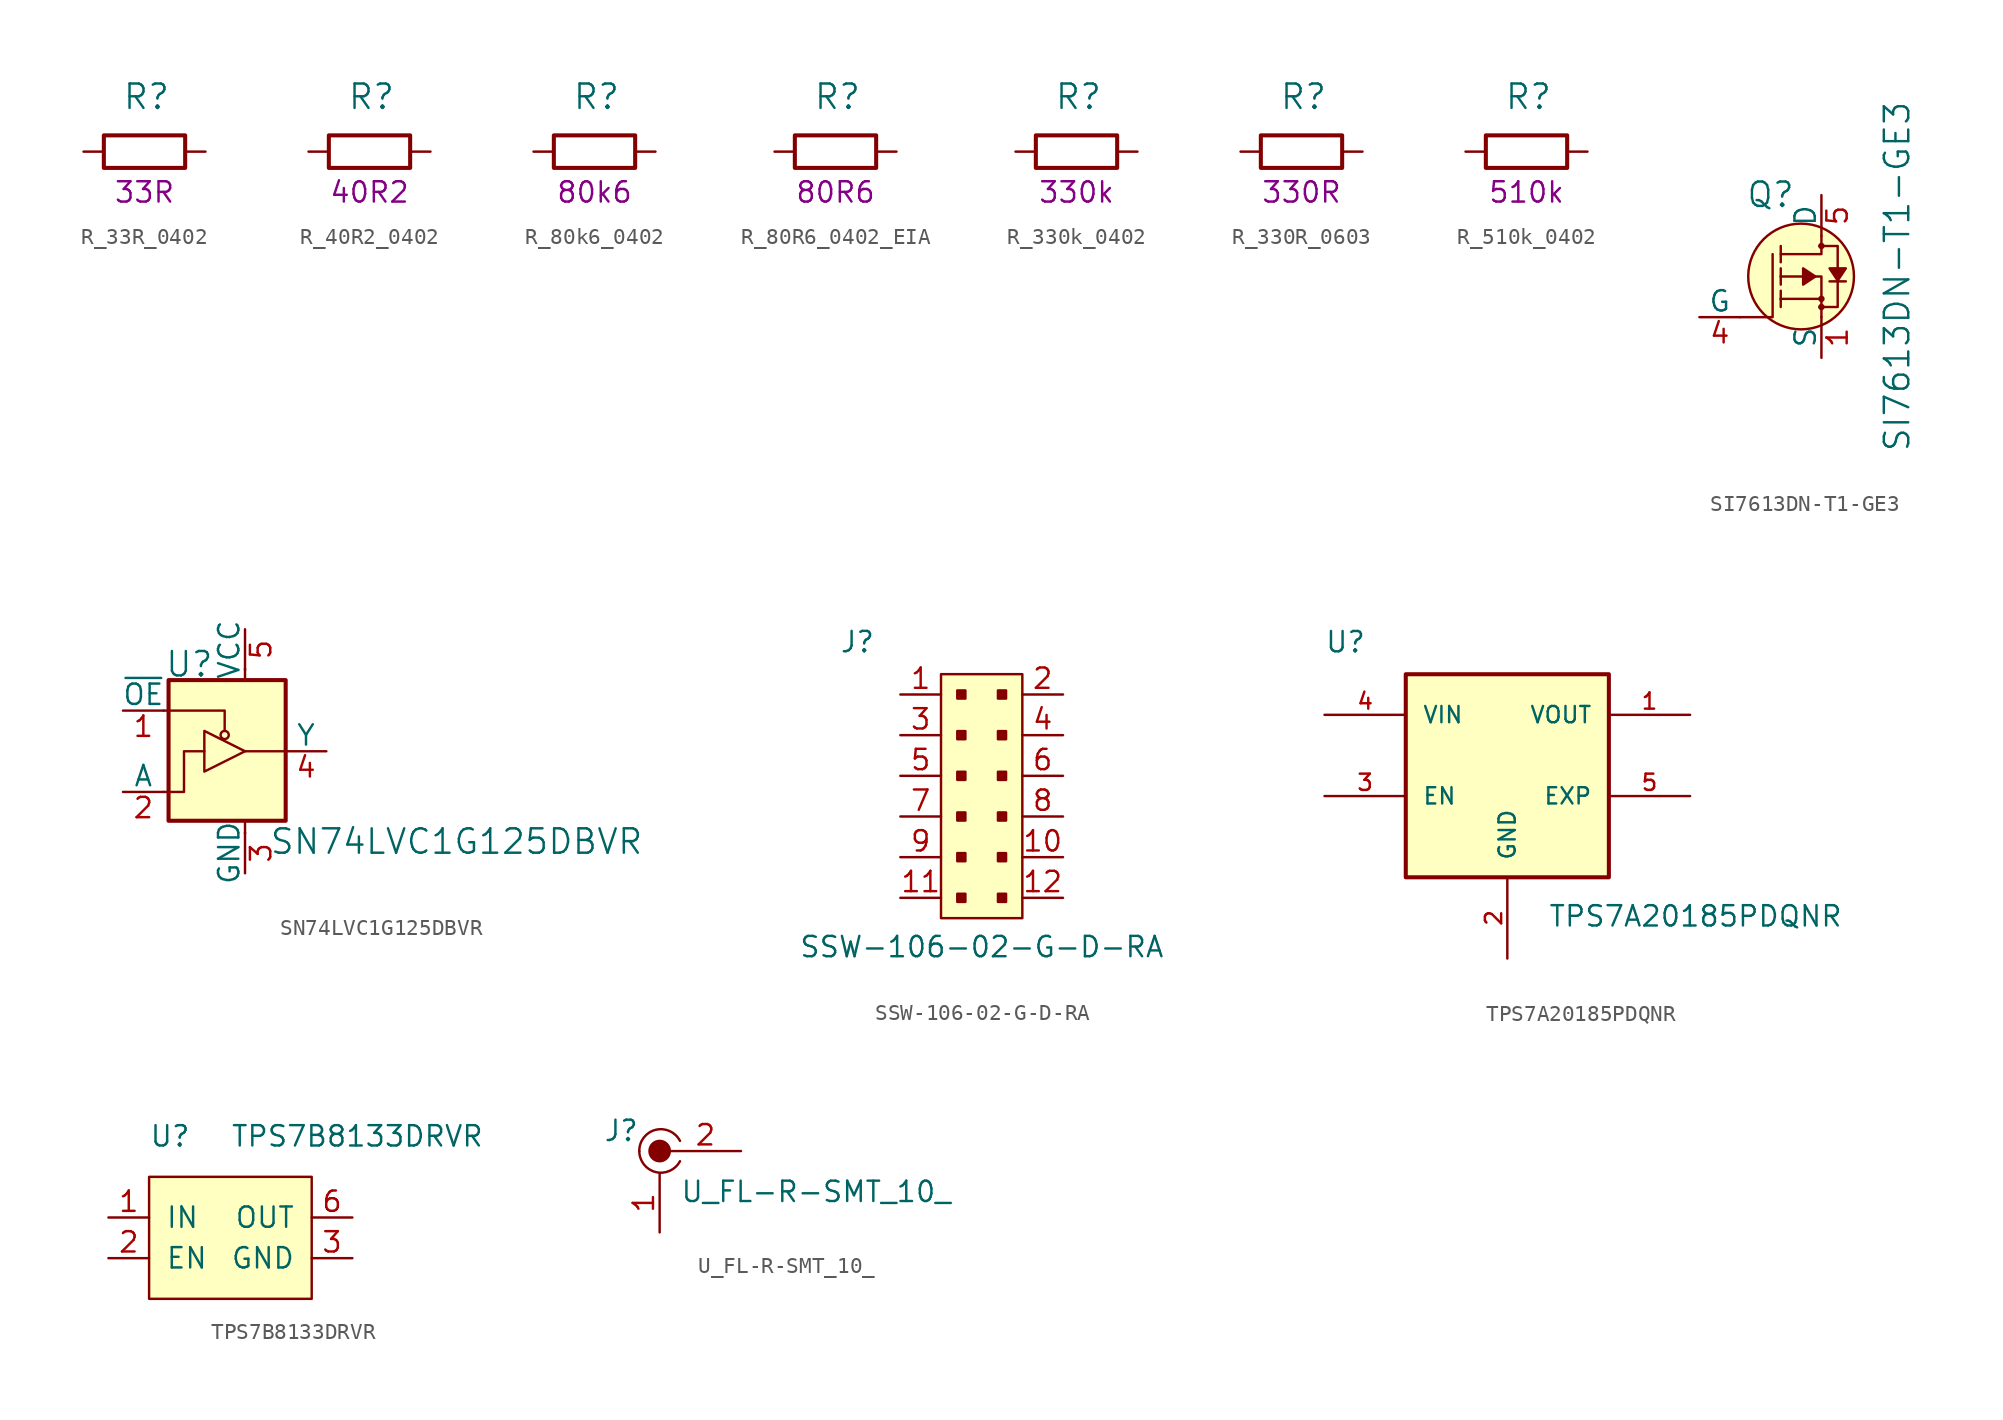
<source format=kicad_sym>
(kicad_symbol_lib
  (version 20211014)
  (generator kicad_symbol_editor)
  (symbol "R_33R_0402"
    (pin_names
      (offset 0))
    (property "Reference" "R"
      (at -1.397 3.429 0)
      (effects (font (size 1.524 1.524)) (justify left)))
    (property "Val" "33R"
      (at 0 -2.54 0)
      (effects (font (size 1.27 1.27))))
    (symbol "R_33R_0402_1_1"
      (rectangle (start 2.54 -1.016) (end -2.54 1.016) (stroke (width 0.254) (type default) (color 0 0 0 0)) (fill (type none)))
      (pin passive line (at -3.81 0 0) (length 1.27) (name "~" (effects (font (size 0 0)))) (number "1" (effects (font (size 0 0)))))
      (pin passive line (at 3.81 0 180) (length 1.27) (name "~" (effects (font (size 0 0)))) (number "2" (effects (font (size 0 0)))))))
  (symbol "R_40R2_0402"
    (pin_names
      (offset 0))
    (property "Reference" "R"
      (at -1.397 3.429 0)
      (effects (font (size 1.524 1.524)) (justify left)))
    (property "Val" "40R2"
      (at 0 -2.54 0)
      (effects (font (size 1.27 1.27))))
    (symbol "R_40R2_0402_1_1"
      (rectangle (start 2.54 -1.016) (end -2.54 1.016) (stroke (width 0.254) (type default) (color 0 0 0 0)) (fill (type none)))
      (pin passive line (at -3.81 0 0) (length 1.27) (name "~" (effects (font (size 0 0)))) (number "1" (effects (font (size 0 0)))))
      (pin passive line (at 3.81 0 180) (length 1.27) (name "~" (effects (font (size 0 0)))) (number "2" (effects (font (size 0 0)))))))
  (symbol "R_80k6_0402"
    (pin_names
      (offset 0))
    (property "Reference" "R"
      (at -1.397 3.429 0)
      (effects (font (size 1.524 1.524)) (justify left)))
    (property "Val" "80k6"
      (at 0 -2.54 0)
      (effects (font (size 1.27 1.27))))
    (symbol "R_80k6_0402_1_1"
      (rectangle (start 2.54 -1.016) (end -2.54 1.016) (stroke (width 0.254) (type default) (color 0 0 0 0)) (fill (type none)))
      (pin passive line (at -3.81 0 0) (length 1.27) (name "~" (effects (font (size 0 0)))) (number "1" (effects (font (size 0 0)))))
      (pin passive line (at 3.81 0 180) (length 1.27) (name "~" (effects (font (size 0 0)))) (number "2" (effects (font (size 0 0)))))))
  (symbol "R_80R6_0402_EIA"
    (pin_names
      (offset 0))
    (property "Reference" "R"
      (at -1.397 3.429 0)
      (effects (font (size 1.524 1.524)) (justify left)))
    (property "Val" "80R6"
      (at 0 -2.54 0)
      (effects (font (size 1.27 1.27))))
    (symbol "R_80R6_0402_EIA_1_1"
      (rectangle (start 2.54 -1.016) (end -2.54 1.016) (stroke (width 0.254) (type default) (color 0 0 0 0)) (fill (type none)))
      (pin passive line (at -3.81 0 0) (length 1.27) (name "~" (effects (font (size 0 0)))) (number "1" (effects (font (size 0 0)))))
      (pin passive line (at 3.81 0 180) (length 1.27) (name "~" (effects (font (size 0 0)))) (number "2" (effects (font (size 0 0)))))))
  (symbol "R_330k_0402"
    (pin_names
      (offset 0))
    (property "Reference" "R"
      (at -1.397 3.429 0)
      (effects (font (size 1.524 1.524)) (justify left)))
    (property "Val" "330k"
      (at 0 -2.54 0)
      (effects (font (size 1.27 1.27))))
    (symbol "R_330k_0402_1_1"
      (rectangle (start 2.54 -1.016) (end -2.54 1.016) (stroke (width 0.254) (type default) (color 0 0 0 0)) (fill (type none)))
      (pin passive line (at -3.81 0 0) (length 1.27) (name "~" (effects (font (size 0 0)))) (number "1" (effects (font (size 0 0)))))
      (pin passive line (at 3.81 0 180) (length 1.27) (name "~" (effects (font (size 0 0)))) (number "2" (effects (font (size 0 0)))))))
  (symbol "R_330R_0603"
    (pin_names
      (offset 0))
    (property "Reference" "R"
      (at -1.397 3.429 0)
      (effects (font (size 1.524 1.524)) (justify left)))
    (property "Val" "330R"
      (at 0 -2.54 0)
      (effects (font (size 1.27 1.27))))
    (symbol "R_330R_0603_1_1"
      (rectangle (start 2.54 -1.016) (end -2.54 1.016) (stroke (width 0.254) (type default) (color 0 0 0 0)) (fill (type none)))
      (pin passive line (at -3.81 0 0) (length 1.27) (name "~" (effects (font (size 0 0)))) (number "1" (effects (font (size 0 0)))))
      (pin passive line (at 3.81 0 180) (length 1.27) (name "~" (effects (font (size 0 0)))) (number "2" (effects (font (size 0 0)))))))
  (symbol "R_510k_0402"
    (pin_names
      (offset 0))
    (property "Reference" "R"
      (at -1.397 3.429 0)
      (effects (font (size 1.524 1.524)) (justify left)))
    (property "Val" "510k"
      (at 0 -2.54 0)
      (effects (font (size 1.27 1.27))))
    (symbol "R_510k_0402_1_1"
      (rectangle (start 2.54 -1.016) (end -2.54 1.016) (stroke (width 0.254) (type default) (color 0 0 0 0)) (fill (type none)))
      (pin passive line (at -3.81 0 0) (length 1.27) (name "~" (effects (font (size 0 0)))) (number "1" (effects (font (size 0 0)))))
      (pin passive line (at 3.81 0 180) (length 1.27) (name "~" (effects (font (size 0 0)))) (number "2" (effects (font (size 0 0)))))))
  (symbol "SI7613DN-T1-GE3"
    (pin_names
      (offset 0))
    (property "Reference" "Q"
      (at -1.626 5.105 0)
      (effects (font (size 1.524 1.524)) (justify right)))
    (property "Value" "SI7613DN-T1-GE3"
      (at 4.724 0 90)
      (effects (font (size 1.524 1.524))))
    (symbol "SI7613DN-T1-GE3_1_1"
      (circle (center -1.27 0) (radius 3.302) (stroke (width 0) (type default) (color 0 0 0 0)) (fill (type background)))
      (circle (center 0 -1.905) (radius 0.127) (stroke (width 0) (type default) (color 0 0 0 0)) (fill (type none)))
      (circle (center 0 -1.397) (radius 0.127) (stroke (width 0) (type default) (color 0 0 0 0)) (fill (type none)))
      (polyline (pts (xy -2.54 -1.397) (xy -2.54 -1.905)) (stroke (width 0) (type default) (color 0 0 0 0)) (fill (type none)))
      (polyline (pts (xy -2.54 -1.397) (xy -2.54 -0.889)) (stroke (width 0) (type default) (color 0 0 0 0)) (fill (type none)))
      (polyline (pts (xy -2.54 0) (xy -2.54 -0.508)) (stroke (width 0) (type default) (color 0 0 0 0)) (fill (type none)))
      (polyline (pts (xy -2.54 0) (xy -2.54 0.508)) (stroke (width 0) (type default) (color 0 0 0 0)) (fill (type none)))
      (polyline (pts (xy -2.54 1.905) (xy -2.54 0.889)) (stroke (width 0) (type default) (color 0 0 0 0)) (fill (type none)))
      (polyline (pts (xy 0 -1.397) (xy -2.54 -1.397)) (stroke (width 0) (type default) (color 0 0 0 0)) (fill (type none)))
      (polyline (pts (xy 1.524 -0.305) (xy 0.508 -0.305)) (stroke (width 0) (type default) (color 0 0 0 0)) (fill (type none)))
      (polyline (pts (xy -5.08 -2.54) (xy -3.048 -2.54) (xy -3.048 1.397)) (stroke (width 0) (type default) (color 0 0 0 0)) (fill (type none)))
      (polyline (pts (xy 0 -2.54) (xy 0 0) (xy -2.54 0)) (stroke (width 0) (type default) (color 0 0 0 0)) (fill (type none)))
      (polyline (pts (xy 0 2.54) (xy 0 1.397) (xy -2.54 1.397)) (stroke (width 0) (type default) (color 0 0 0 0)) (fill (type none)))
      (polyline (pts (xy -0.381 0) (xy -1.143 0.508) (xy -1.143 -0.508) (xy -0.381 0)) (stroke (width 0) (type default) (color 0 0 0 0)) (fill (type outline)))
      (polyline (pts (xy 1.016 -0.254) (xy 0.508 0.508) (xy 1.524 0.508) (xy 1.016 -0.254)) (stroke (width 0) (type default) (color 0 0 0 0)) (fill (type outline)))
      (polyline (pts (xy -0.127 -1.905) (xy 1.016 -1.905) (xy 1.016 1.397) (xy 1.016 1.905) (xy -0.127 1.905)) (stroke (width 0) (type default) (color 0 0 0 0)) (fill (type none)))
      (circle (center 0 1.905) (radius 0.127) (stroke (width 0) (type default) (color 0 0 0 0)) (fill (type none)))
      (pin bidirectional line (at 0 -5.08 90) (length 2.54) (name "S" (effects (font (size 1.27 1.27)))) (number "1" (effects (font (size 1.27 1.27)))))
      (pin bidirectional line (at 0 -5.08 90) (length 2.54) hide (name "S" (effects (font (size 1.27 1.27)))) (number "2" (effects (font (size 1.27 1.27)))))
      (pin bidirectional line (at 0 -5.08 90) (length 2.54) hide (name "S" (effects (font (size 1.27 1.27)))) (number "3" (effects (font (size 1.27 1.27)))))
      (pin bidirectional line (at -7.62 -2.54 0) (length 2.54) (name "G" (effects (font (size 1.27 1.27)))) (number "4" (effects (font (size 1.27 1.27)))))
      (pin bidirectional line (at 0 5.08 270) (length 2.54) (name "D" (effects (font (size 1.27 1.27)))) (number "5" (effects (font (size 1.27 1.27)))))))
  (symbol "SN74LVC1G125DBVR"
    (pin_names
      (offset 0))
    (property "Reference" "U"
      (at -5.029 5.436 0)
      (effects (font (size 1.524 1.524)) (justify left)))
    (property "Value" "SN74LVC1G125DBVR"
      (at 1.499 -5.639 0)
      (effects (font (size 1.524 1.524)) (justify left)))
    (symbol "SN74LVC1G125DBVR_0_1"
      (rectangle (start -4.775 4.445) (end 2.54 -4.343) (stroke (width 0.254) (type default) (color 0 0 0 0)) (fill (type background)))
      (circle (center -1.27 1.016) (radius 0.254) (stroke (width 0) (type default) (color 0 0 0 0)) (fill (type none)))
      (polyline (pts (xy 0 -5.131) (xy 0 -4.369)) (stroke (width 0) (type default) (color 0 0 0 0)) (fill (type none)))
      (polyline (pts (xy 0 0) (xy 2.54 0)) (stroke (width 0) (type default) (color 0 0 0 0)) (fill (type none)))
      (polyline (pts (xy 0 5.156) (xy 0 4.47)) (stroke (width 0) (type default) (color 0 0 0 0)) (fill (type none)))
      (polyline (pts (xy -1.27 1.27) (xy -1.27 2.54) (xy -5.08 2.54)) (stroke (width 0) (type default) (color 0 0 0 0)) (fill (type none)))
      (polyline (pts (xy -5.08 -2.54) (xy -3.81 -2.54) (xy -3.81 0) (xy -2.54 0)) (stroke (width 0) (type default) (color 0 0 0 0)) (fill (type none)))
      (polyline (pts (xy -2.54 1.27) (xy -2.54 -1.27) (xy 0 0) (xy -2.54 1.27)) (stroke (width 0) (type default) (color 0 0 0 0)) (fill (type none))))
    (symbol "SN74LVC1G125DBVR_1_1"
      (pin input line (at -7.62 2.54 0) (length 2.54) (name "~{OE}" (effects (font (size 1.27 1.27)))) (number "1" (effects (font (size 1.27 1.27)))))
      (pin input line (at -7.62 -2.54 0) (length 2.54) (name "A" (effects (font (size 1.27 1.27)))) (number "2" (effects (font (size 1.27 1.27)))))
      (pin power_in line (at 0 -7.62 90) (length 2.54) (name "GND" (effects (font (size 1.27 1.27)))) (number "3" (effects (font (size 1.27 1.27)))))
      (pin output line (at 5.08 0 180) (length 2.54) (name "Y" (effects (font (size 1.27 1.27)))) (number "4" (effects (font (size 1.27 1.27)))))
      (pin power_in line (at 0 7.62 270) (length 2.54) (name "VCC" (effects (font (size 1.27 1.27)))) (number "5" (effects (font (size 1.27 1.27)))))))
  (symbol "SSW-106-02-G-D-RA"
    (pin_names
      (offset 1.016))
    (property "Reference" "J"
      (at -8.89 8.89 0)
      (effects (font (size 1.27 1.27)) (justify left bottom)))
    (property "Value" "SSW-106-02-G-D-RA"
      (at -11.43 -10.16 0)
      (effects (font (size 1.27 1.27)) (justify left bottom)))
    (symbol "SSW-106-02-G-D-RA_1_1"
      (rectangle (start -2.54 7.62) (end 2.54 -7.62) (stroke (width 0) (type default) (color 0 0 0 0)) (fill (type background)))
      (rectangle (start -1.524 -6.096) (end -1.016 -6.604) (stroke (width 0) (type default) (color 0 0 0 0)) (fill (type outline)))
      (rectangle (start -1.524 -3.556) (end -1.016 -4.064) (stroke (width 0) (type default) (color 0 0 0 0)) (fill (type outline)))
      (rectangle (start -1.524 -1.016) (end -1.016 -1.524) (stroke (width 0) (type default) (color 0 0 0 0)) (fill (type outline)))
      (rectangle (start -1.524 1.524) (end -1.016 1.016) (stroke (width 0) (type default) (color 0 0 0 0)) (fill (type outline)))
      (rectangle (start -1.524 4.064) (end -1.016 3.556) (stroke (width 0) (type default) (color 0 0 0 0)) (fill (type outline)))
      (rectangle (start -1.524 6.604) (end -1.016 6.096) (stroke (width 0) (type default) (color 0 0 0 0)) (fill (type outline)))
      (rectangle (start 1.016 -6.096) (end 1.524 -6.604) (stroke (width 0) (type default) (color 0 0 0 0)) (fill (type outline)))
      (rectangle (start 1.016 -3.556) (end 1.524 -4.064) (stroke (width 0) (type default) (color 0 0 0 0)) (fill (type outline)))
      (rectangle (start 1.016 -1.016) (end 1.524 -1.524) (stroke (width 0) (type default) (color 0 0 0 0)) (fill (type outline)))
      (rectangle (start 1.016 1.524) (end 1.524 1.016) (stroke (width 0) (type default) (color 0 0 0 0)) (fill (type outline)))
      (rectangle (start 1.016 4.064) (end 1.524 3.556) (stroke (width 0) (type default) (color 0 0 0 0)) (fill (type outline)))
      (rectangle (start 1.016 6.604) (end 1.524 6.096) (stroke (width 0) (type default) (color 0 0 0 0)) (fill (type outline)))
      (pin passive line (at -5.08 6.35 0) (length 2.54) (name "~" (effects (font (size 1.27 1.27)))) (number "1" (effects (font (size 1.27 1.27)))))
      (pin passive line (at 5.08 -3.81 180) (length 2.54) (name "~" (effects (font (size 1.27 1.27)))) (number "10" (effects (font (size 1.27 1.27)))))
      (pin passive line (at -5.08 -6.35 0) (length 2.54) (name "~" (effects (font (size 1.27 1.27)))) (number "11" (effects (font (size 1.27 1.27)))))
      (pin passive line (at 5.08 -6.35 180) (length 2.54) (name "~" (effects (font (size 1.27 1.27)))) (number "12" (effects (font (size 1.27 1.27)))))
      (pin passive line (at 5.08 6.35 180) (length 2.54) (name "~" (effects (font (size 1.27 1.27)))) (number "2" (effects (font (size 1.27 1.27)))))
      (pin passive line (at -5.08 3.81 0) (length 2.54) (name "~" (effects (font (size 1.27 1.27)))) (number "3" (effects (font (size 1.27 1.27)))))
      (pin passive line (at 5.08 3.81 180) (length 2.54) (name "~" (effects (font (size 1.27 1.27)))) (number "4" (effects (font (size 1.27 1.27)))))
      (pin passive line (at -5.08 1.27 0) (length 2.54) (name "~" (effects (font (size 1.27 1.27)))) (number "5" (effects (font (size 1.27 1.27)))))
      (pin passive line (at 5.08 1.27 180) (length 2.54) (name "~" (effects (font (size 1.27 1.27)))) (number "6" (effects (font (size 1.27 1.27)))))
      (pin passive line (at -5.08 -1.27 0) (length 2.54) (name "~" (effects (font (size 1.27 1.27)))) (number "7" (effects (font (size 1.27 1.27)))))
      (pin passive line (at 5.08 -1.27 180) (length 2.54) (name "~" (effects (font (size 1.27 1.27)))) (number "8" (effects (font (size 1.27 1.27)))))
      (pin passive line (at -5.08 -3.81 0) (length 2.54) (name "~" (effects (font (size 1.27 1.27)))) (number "9" (effects (font (size 1.27 1.27)))))))
  (symbol "TPS7A20185PDQNR"
    (pin_names
      (offset 1.016))
    (property "Reference" "U"
      (at -10.16 8.89 0)
      (effects (font (size 1.27 1.27)) (justify left bottom)))
    (property "Value" "TPS7A20185PDQNR"
      (at 3.81 -8.255 0)
      (effects (font (size 1.27 1.27)) (justify left bottom)))
    (symbol "TPS7A20185PDQNR_0_0"
      (rectangle (start -5.08 7.62) (end 7.62 -5.08) (stroke (width 0.254) (type default) (color 0 0 0 0)) (fill (type background)))
      (pin output line (at 12.7 5.08 180) (length 5.08) (name "VOUT" (effects (font (size 1.016 1.016)))) (number "1" (effects (font (size 1.016 1.016)))))
      (pin power_in line (at 1.27 -10.16 90) (length 5.08) (name "GND" (effects (font (size 1.016 1.016)))) (number "2" (effects (font (size 1.016 1.016)))))
      (pin input line (at -10.16 0 0) (length 5.08) (name "EN" (effects (font (size 1.016 1.016)))) (number "3" (effects (font (size 1.016 1.016)))))
      (pin input line (at -10.16 5.08 0) (length 5.08) (name "VIN" (effects (font (size 1.016 1.016)))) (number "4" (effects (font (size 1.016 1.016)))))
      (pin passive line (at 12.7 0 180) (length 5.08) (name "EXP" (effects (font (size 1.016 1.016)))) (number "5" (effects (font (size 1.016 1.016)))))))
  (symbol "TPS7B8133DRVR"
    (pin_names
      (offset 1.016))
    (property "Reference" "U"
      (at -5.08 7.62 0)
      (effects (font (size 1.27 1.27)) (justify left)))
    (property "Value" "TPS7B8133DRVR"
      (at 0 7.62 0)
      (effects (font (size 1.27 1.27)) (justify left)))
    (symbol "TPS7B8133DRVR_0_1"
      (rectangle (start -5.08 5.08) (end 5.08 -2.54) (stroke (width 0) (type default) (color 0 0 0 0)) (fill (type background))))
    (symbol "TPS7B8133DRVR_1_1"
      (pin power_in line (at -7.62 2.54 0) (length 2.54) (name "IN" (effects (font (size 1.27 1.27)))) (number "1" (effects (font (size 1.27 1.27)))))
      (pin input line (at -7.62 0 0) (length 2.54) (name "EN" (effects (font (size 1.27 1.27)))) (number "2" (effects (font (size 1.27 1.27)))))
      (pin power_in line (at 7.62 0 180) (length 2.54) (name "GND" (effects (font (size 1.27 1.27)))) (number "3" (effects (font (size 1.27 1.27)))))
      (pin power_in line (at 7.62 0 180) (length 2.54) hide (name "GND" (effects (font (size 1.27 1.27)))) (number "4" (effects (font (size 1.27 1.27)))))
      (pin no_connect line (at -5.08 -2.54 0) (length 2.54) hide (name "DNC" (effects (font (size 1.27 1.27)))) (number "5" (effects (font (size 1.27 1.27)))))
      (pin power_out line (at 7.62 2.54 180) (length 2.54) (name "OUT" (effects (font (size 1.27 1.27)))) (number "6" (effects (font (size 1.27 1.27)))))
      (pin power_in line (at 7.62 0 180) (length 2.54) hide (name "GND" (effects (font (size 1.27 1.27)))) (number "7" (effects (font (size 1.27 1.27)))))))
  (symbol "U_FL-R-SMT_10_"
    (pin_names
      (offset 1.016))
    (property "Reference" "J"
      (at -1.27 1.27 0)
      (effects (font (size 1.27 1.27)) (justify right)))
    (property "Value" "U_FL-R-SMT_10_"
      (at 1.27 -2.54 0)
      (effects (font (size 1.27 1.27)) (justify left)))
    (symbol "U_FL-R-SMT_10__1_1"
      (arc (start -1.27 0) (mid -0.2651 -1.3081) (end 1.27 -0.635) (stroke (width 0) (type default) (color 0 0 0 0)) (fill (type none)))
      (circle (center 0 0) (radius 0.635) (stroke (width 0) (type default) (color 0 0 0 0)) (fill (type outline)))
      (arc (start 1.27 0.635) (mid -0.2496 1.3256) (end -1.27 0) (stroke (width 0) (type default) (color 0 0 0 0)) (fill (type none)))
      (pin passive line (at 0 -5.08 90) (length 3.683) (name "~" (effects (font (size 1.27 1.27)))) (number "1" (effects (font (size 1.27 1.27)))))
      (pin passive line (at 5.08 0 180) (length 4.445) (name "~" (effects (font (size 1.27 1.27)))) (number "2" (effects (font (size 1.27 1.27))))))))
</source>
